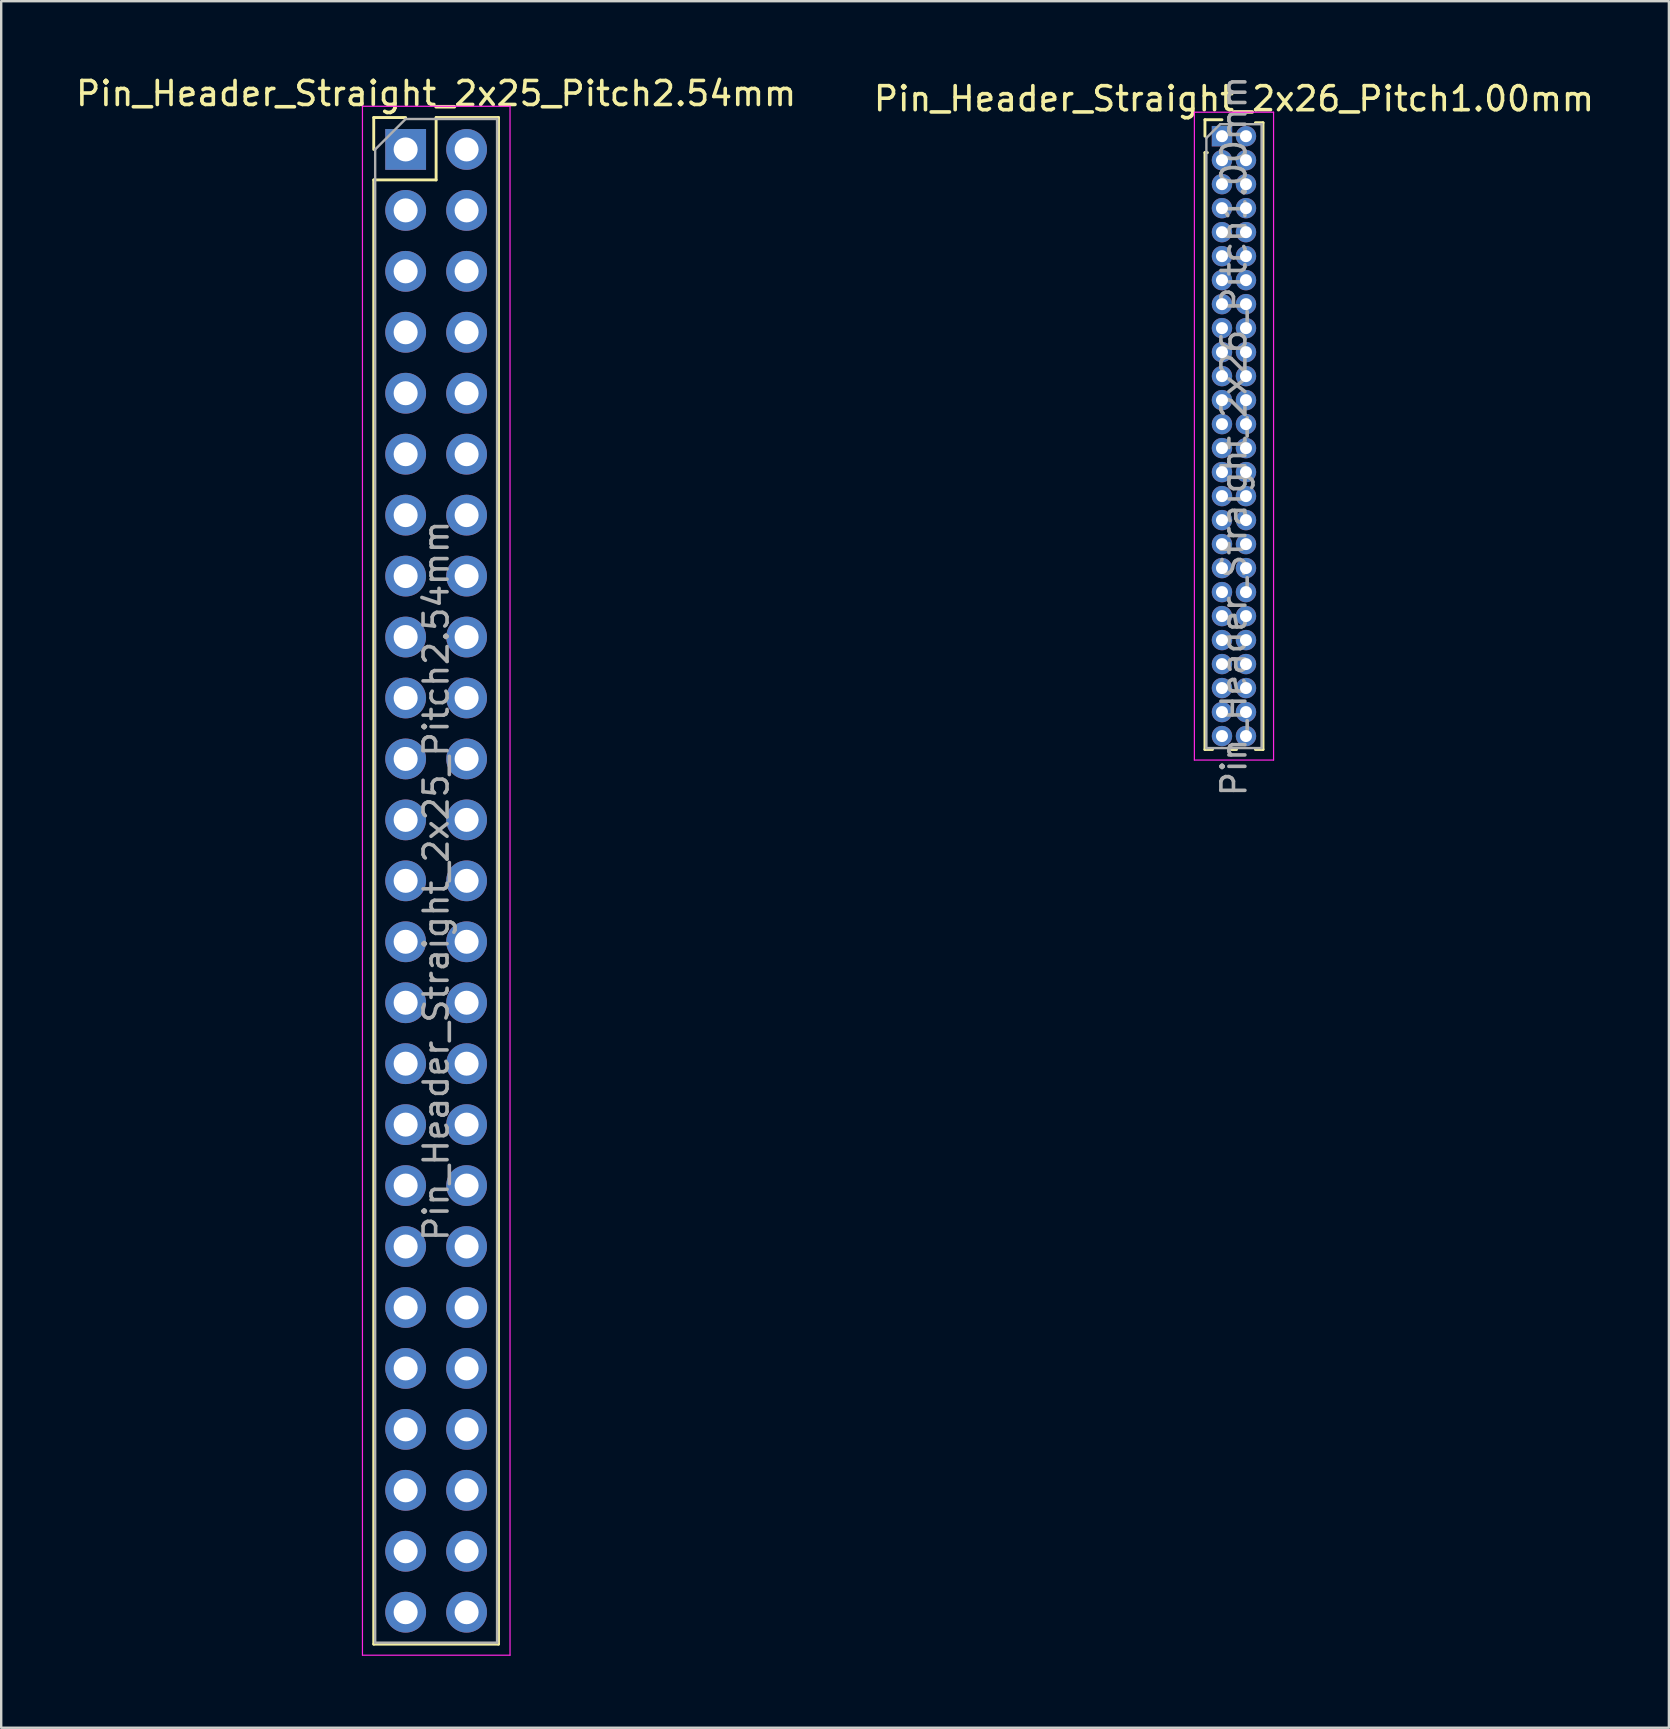
<source format=kicad_pcb>
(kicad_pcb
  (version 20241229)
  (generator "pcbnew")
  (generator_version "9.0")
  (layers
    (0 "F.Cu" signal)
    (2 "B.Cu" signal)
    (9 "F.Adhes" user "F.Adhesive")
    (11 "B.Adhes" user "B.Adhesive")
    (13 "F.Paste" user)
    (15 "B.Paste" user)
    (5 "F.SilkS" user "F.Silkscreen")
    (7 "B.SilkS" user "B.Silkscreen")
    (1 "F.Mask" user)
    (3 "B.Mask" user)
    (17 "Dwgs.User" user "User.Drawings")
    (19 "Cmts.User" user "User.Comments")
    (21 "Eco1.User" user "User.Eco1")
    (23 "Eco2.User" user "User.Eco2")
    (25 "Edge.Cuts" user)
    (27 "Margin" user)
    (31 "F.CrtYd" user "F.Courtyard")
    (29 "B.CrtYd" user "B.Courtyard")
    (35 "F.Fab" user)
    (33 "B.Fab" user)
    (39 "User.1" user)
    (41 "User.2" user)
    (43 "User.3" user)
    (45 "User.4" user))
  (footprint "Pin_Header_Straight_2x26_Pitch1.00mm"
    (layer "F.Cu")
    (at 47.875 2.625)
    (property "Reference" "Pin_Header_Straight_2x26_Pitch1.00mm" (at 0.5 -1.56 0) (layer "F.SilkS") (effects (font (size 1 1) (thickness 0.15))))
    (attr through_hole)
    (fp_line (start -0.71 -0.685) (end 0 -0.685) (stroke (width 0.12) (type solid)) (layer "F.SilkS"))
    (fp_line (start -0.71 0) (end -0.71 -0.685) (stroke (width 0.12) (type solid)) (layer "F.SilkS"))
    (fp_line (start -0.71 0.685) (end -0.71 25.56) (stroke (width 0.12) (type solid)) (layer "F.SilkS"))
    (fp_line (start -0.71 0.685) (end -0.608 0.685) (stroke (width 0.12) (type solid)) (layer "F.SilkS"))
    (fp_line (start -0.71 25.56) (end -0.394 25.56) (stroke (width 0.12) (type solid)) (layer "F.SilkS"))
    (fp_line (start 0.394 25.56) (end 0.606 25.56) (stroke (width 0.12) (type solid)) (layer "F.SilkS"))
    (fp_line (start 1.394 -0.56) (end 1.71 -0.56) (stroke (width 0.12) (type solid)) (layer "F.SilkS"))
    (fp_line (start 1.394 25.56) (end 1.71 25.56) (stroke (width 0.12) (type solid)) (layer "F.SilkS"))
    (fp_line (start 1.71 -0.56) (end 1.71 25.56) (stroke (width 0.12) (type solid)) (layer "F.SilkS"))
    (fp_line (start -1.15 -1) (end -1.15 26) (stroke (width 0.05) (type solid)) (layer "F.CrtYd"))
    (fp_line (start -1.15 26) (end 2.15 26) (stroke (width 0.05) (type solid)) (layer "F.CrtYd"))
    (fp_line (start 2.15 -1) (end -1.15 -1) (stroke (width 0.05) (type solid)) (layer "F.CrtYd"))
    (fp_line (start 2.15 26) (end 2.15 -1) (stroke (width 0.05) (type solid)) (layer "F.CrtYd"))
    (fp_line (start -0.65 0.075) (end -0.075 -0.5) (stroke (width 0.1) (type solid)) (layer "F.Fab"))
    (fp_line (start -0.65 25.5) (end -0.65 0.075) (stroke (width 0.1) (type solid)) (layer "F.Fab"))
    (fp_line (start -0.075 -0.5) (end 1.65 -0.5) (stroke (width 0.1) (type solid)) (layer "F.Fab"))
    (fp_line (start 1.65 -0.5) (end 1.65 25.5) (stroke (width 0.1) (type solid)) (layer "F.Fab"))
    (fp_line (start 1.65 25.5) (end -0.65 25.5) (stroke (width 0.1) (type solid)) (layer "F.Fab"))
    (fp_text user "${REFERENCE}" (at 0.5 12.5 90) (layer "F.Fab") (effects (font (size 1 1) (thickness 0.15))))
    (pad "1" thru_hole rect (at 0 0) (size 0.85 0.85) (drill 0.5) (layers "*.Cu" "*.Mask"))
    (pad "2" thru_hole oval (at 1 0) (size 0.85 0.85) (drill 0.5) (layers "*.Cu" "*.Mask"))
    (pad "3" thru_hole oval (at 0 1) (size 0.85 0.85) (drill 0.5) (layers "*.Cu" "*.Mask"))
    (pad "4" thru_hole oval (at 1 1) (size 0.85 0.85) (drill 0.5) (layers "*.Cu" "*.Mask"))
    (pad "5" thru_hole oval (at 0 2) (size 0.85 0.85) (drill 0.5) (layers "*.Cu" "*.Mask"))
    (pad "6" thru_hole oval (at 1 2) (size 0.85 0.85) (drill 0.5) (layers "*.Cu" "*.Mask"))
    (pad "7" thru_hole oval (at 0 3) (size 0.85 0.85) (drill 0.5) (layers "*.Cu" "*.Mask"))
    (pad "8" thru_hole oval (at 1 3) (size 0.85 0.85) (drill 0.5) (layers "*.Cu" "*.Mask"))
    (pad "9" thru_hole oval (at 0 4) (size 0.85 0.85) (drill 0.5) (layers "*.Cu" "*.Mask"))
    (pad "10" thru_hole oval (at 1 4) (size 0.85 0.85) (drill 0.5) (layers "*.Cu" "*.Mask"))
    (pad "11" thru_hole oval (at 0 5) (size 0.85 0.85) (drill 0.5) (layers "*.Cu" "*.Mask"))
    (pad "12" thru_hole oval (at 1 5) (size 0.85 0.85) (drill 0.5) (layers "*.Cu" "*.Mask"))
    (pad "13" thru_hole oval (at 0 6) (size 0.85 0.85) (drill 0.5) (layers "*.Cu" "*.Mask"))
    (pad "14" thru_hole oval (at 1 6) (size 0.85 0.85) (drill 0.5) (layers "*.Cu" "*.Mask"))
    (pad "15" thru_hole oval (at 0 7) (size 0.85 0.85) (drill 0.5) (layers "*.Cu" "*.Mask"))
    (pad "16" thru_hole oval (at 1 7) (size 0.85 0.85) (drill 0.5) (layers "*.Cu" "*.Mask"))
    (pad "17" thru_hole oval (at 0 8) (size 0.85 0.85) (drill 0.5) (layers "*.Cu" "*.Mask"))
    (pad "18" thru_hole oval (at 1 8) (size 0.85 0.85) (drill 0.5) (layers "*.Cu" "*.Mask"))
    (pad "19" thru_hole oval (at 0 9) (size 0.85 0.85) (drill 0.5) (layers "*.Cu" "*.Mask"))
    (pad "20" thru_hole oval (at 1 9) (size 0.85 0.85) (drill 0.5) (layers "*.Cu" "*.Mask"))
    (pad "21" thru_hole oval (at 0 10) (size 0.85 0.85) (drill 0.5) (layers "*.Cu" "*.Mask"))
    (pad "22" thru_hole oval (at 1 10) (size 0.85 0.85) (drill 0.5) (layers "*.Cu" "*.Mask"))
    (pad "23" thru_hole oval (at 0 11) (size 0.85 0.85) (drill 0.5) (layers "*.Cu" "*.Mask"))
    (pad "24" thru_hole oval (at 1 11) (size 0.85 0.85) (drill 0.5) (layers "*.Cu" "*.Mask"))
    (pad "25" thru_hole oval (at 0 12) (size 0.85 0.85) (drill 0.5) (layers "*.Cu" "*.Mask"))
    (pad "26" thru_hole oval (at 1 12) (size 0.85 0.85) (drill 0.5) (layers "*.Cu" "*.Mask"))
    (pad "27" thru_hole oval (at 0 13) (size 0.85 0.85) (drill 0.5) (layers "*.Cu" "*.Mask"))
    (pad "28" thru_hole oval (at 1 13) (size 0.85 0.85) (drill 0.5) (layers "*.Cu" "*.Mask"))
    (pad "29" thru_hole oval (at 0 14) (size 0.85 0.85) (drill 0.5) (layers "*.Cu" "*.Mask"))
    (pad "30" thru_hole oval (at 1 14) (size 0.85 0.85) (drill 0.5) (layers "*.Cu" "*.Mask"))
    (pad "31" thru_hole oval (at 0 15) (size 0.85 0.85) (drill 0.5) (layers "*.Cu" "*.Mask"))
    (pad "32" thru_hole oval (at 1 15) (size 0.85 0.85) (drill 0.5) (layers "*.Cu" "*.Mask"))
    (pad "33" thru_hole oval (at 0 16) (size 0.85 0.85) (drill 0.5) (layers "*.Cu" "*.Mask"))
    (pad "34" thru_hole oval (at 1 16) (size 0.85 0.85) (drill 0.5) (layers "*.Cu" "*.Mask"))
    (pad "35" thru_hole oval (at 0 17) (size 0.85 0.85) (drill 0.5) (layers "*.Cu" "*.Mask"))
    (pad "36" thru_hole oval (at 1 17) (size 0.85 0.85) (drill 0.5) (layers "*.Cu" "*.Mask"))
    (pad "37" thru_hole oval (at 0 18) (size 0.85 0.85) (drill 0.5) (layers "*.Cu" "*.Mask"))
    (pad "38" thru_hole oval (at 1 18) (size 0.85 0.85) (drill 0.5) (layers "*.Cu" "*.Mask"))
    (pad "39" thru_hole oval (at 0 19) (size 0.85 0.85) (drill 0.5) (layers "*.Cu" "*.Mask"))
    (pad "40" thru_hole oval (at 1 19) (size 0.85 0.85) (drill 0.5) (layers "*.Cu" "*.Mask"))
    (pad "41" thru_hole oval (at 0 20) (size 0.85 0.85) (drill 0.5) (layers "*.Cu" "*.Mask"))
    (pad "42" thru_hole oval (at 1 20) (size 0.85 0.85) (drill 0.5) (layers "*.Cu" "*.Mask"))
    (pad "43" thru_hole oval (at 0 21) (size 0.85 0.85) (drill 0.5) (layers "*.Cu" "*.Mask"))
    (pad "44" thru_hole oval (at 1 21) (size 0.85 0.85) (drill 0.5) (layers "*.Cu" "*.Mask"))
    (pad "45" thru_hole oval (at 0 22) (size 0.85 0.85) (drill 0.5) (layers "*.Cu" "*.Mask"))
    (pad "46" thru_hole oval (at 1 22) (size 0.85 0.85) (drill 0.5) (layers "*.Cu" "*.Mask"))
    (pad "47" thru_hole oval (at 0 23) (size 0.85 0.85) (drill 0.5) (layers "*.Cu" "*.Mask"))
    (pad "48" thru_hole oval (at 1 23) (size 0.85 0.85) (drill 0.5) (layers "*.Cu" "*.Mask"))
    (pad "49" thru_hole oval (at 0 24) (size 0.85 0.85) (drill 0.5) (layers "*.Cu" "*.Mask"))
    (pad "50" thru_hole oval (at 1 24) (size 0.85 0.85) (drill 0.5) (layers "*.Cu" "*.Mask"))
    (pad "51" thru_hole oval (at 0 25) (size 0.85 0.85) (drill 0.5) (layers "*.Cu" "*.Mask"))
    (pad "52" thru_hole oval (at 1 25) (size 0.85 0.85) (drill 0.5) (layers "*.Cu" "*.Mask")))
  (footprint "Pin_Header_Straight_2x25_Pitch2.54mm"
    (layer "F.Cu")
    (at 13.855 3.178)
    (property "Reference" "Pin_Header_Straight_2x25_Pitch2.54mm" (at 1.27 -2.33 0) (layer "F.SilkS") (effects (font (size 1 1) (thickness 0.15))))
    (attr through_hole)
    (fp_line (start -1.33 -1.33) (end 0 -1.33) (stroke (width 0.12) (type solid)) (layer "F.SilkS"))
    (fp_line (start -1.33 0) (end -1.33 -1.33) (stroke (width 0.12) (type solid)) (layer "F.SilkS"))
    (fp_line (start -1.33 1.27) (end -1.33 62.29) (stroke (width 0.12) (type solid)) (layer "F.SilkS"))
    (fp_line (start -1.33 1.27) (end 1.27 1.27) (stroke (width 0.12) (type solid)) (layer "F.SilkS"))
    (fp_line (start -1.33 62.29) (end 3.87 62.29) (stroke (width 0.12) (type solid)) (layer "F.SilkS"))
    (fp_line (start 1.27 -1.33) (end 3.87 -1.33) (stroke (width 0.12) (type solid)) (layer "F.SilkS"))
    (fp_line (start 1.27 1.27) (end 1.27 -1.33) (stroke (width 0.12) (type solid)) (layer "F.SilkS"))
    (fp_line (start 3.87 -1.33) (end 3.87 62.29) (stroke (width 0.12) (type solid)) (layer "F.SilkS"))
    (fp_line (start -1.8 -1.8) (end -1.8 62.75) (stroke (width 0.05) (type solid)) (layer "F.CrtYd"))
    (fp_line (start -1.8 62.75) (end 4.35 62.75) (stroke (width 0.05) (type solid)) (layer "F.CrtYd"))
    (fp_line (start 4.35 -1.8) (end -1.8 -1.8) (stroke (width 0.05) (type solid)) (layer "F.CrtYd"))
    (fp_line (start 4.35 62.75) (end 4.35 -1.8) (stroke (width 0.05) (type solid)) (layer "F.CrtYd"))
    (fp_line (start -1.27 0) (end 0 -1.27) (stroke (width 0.1) (type solid)) (layer "F.Fab"))
    (fp_line (start -1.27 62.23) (end -1.27 0) (stroke (width 0.1) (type solid)) (layer "F.Fab"))
    (fp_line (start 0 -1.27) (end 3.81 -1.27) (stroke (width 0.1) (type solid)) (layer "F.Fab"))
    (fp_line (start 3.81 -1.27) (end 3.81 62.23) (stroke (width 0.1) (type solid)) (layer "F.Fab"))
    (fp_line (start 3.81 62.23) (end -1.27 62.23) (stroke (width 0.1) (type solid)) (layer "F.Fab"))
    (fp_text user "${REFERENCE}" (at 1.27 30.48 90) (layer "F.Fab") (effects (font (size 1 1) (thickness 0.15))))
    (pad "1" thru_hole rect (at 0 0) (size 1.7 1.7) (drill 1) (layers "*.Cu" "*.Mask"))
    (pad "2" thru_hole oval (at 2.54 0) (size 1.7 1.7) (drill 1) (layers "*.Cu" "*.Mask"))
    (pad "3" thru_hole oval (at 0 2.54) (size 1.7 1.7) (drill 1) (layers "*.Cu" "*.Mask"))
    (pad "4" thru_hole oval (at 2.54 2.54) (size 1.7 1.7) (drill 1) (layers "*.Cu" "*.Mask"))
    (pad "5" thru_hole oval (at 0 5.08) (size 1.7 1.7) (drill 1) (layers "*.Cu" "*.Mask"))
    (pad "6" thru_hole oval (at 2.54 5.08) (size 1.7 1.7) (drill 1) (layers "*.Cu" "*.Mask"))
    (pad "7" thru_hole oval (at 0 7.62) (size 1.7 1.7) (drill 1) (layers "*.Cu" "*.Mask"))
    (pad "8" thru_hole oval (at 2.54 7.62) (size 1.7 1.7) (drill 1) (layers "*.Cu" "*.Mask"))
    (pad "9" thru_hole oval (at 0 10.16) (size 1.7 1.7) (drill 1) (layers "*.Cu" "*.Mask"))
    (pad "10" thru_hole oval (at 2.54 10.16) (size 1.7 1.7) (drill 1) (layers "*.Cu" "*.Mask"))
    (pad "11" thru_hole oval (at 0 12.7) (size 1.7 1.7) (drill 1) (layers "*.Cu" "*.Mask"))
    (pad "12" thru_hole oval (at 2.54 12.7) (size 1.7 1.7) (drill 1) (layers "*.Cu" "*.Mask"))
    (pad "13" thru_hole oval (at 0 15.24) (size 1.7 1.7) (drill 1) (layers "*.Cu" "*.Mask"))
    (pad "14" thru_hole oval (at 2.54 15.24) (size 1.7 1.7) (drill 1) (layers "*.Cu" "*.Mask"))
    (pad "15" thru_hole oval (at 0 17.78) (size 1.7 1.7) (drill 1) (layers "*.Cu" "*.Mask"))
    (pad "16" thru_hole oval (at 2.54 17.78) (size 1.7 1.7) (drill 1) (layers "*.Cu" "*.Mask"))
    (pad "17" thru_hole oval (at 0 20.32) (size 1.7 1.7) (drill 1) (layers "*.Cu" "*.Mask"))
    (pad "18" thru_hole oval (at 2.54 20.32) (size 1.7 1.7) (drill 1) (layers "*.Cu" "*.Mask"))
    (pad "19" thru_hole oval (at 0 22.86) (size 1.7 1.7) (drill 1) (layers "*.Cu" "*.Mask"))
    (pad "20" thru_hole oval (at 2.54 22.86) (size 1.7 1.7) (drill 1) (layers "*.Cu" "*.Mask"))
    (pad "21" thru_hole oval (at 0 25.4) (size 1.7 1.7) (drill 1) (layers "*.Cu" "*.Mask"))
    (pad "22" thru_hole oval (at 2.54 25.4) (size 1.7 1.7) (drill 1) (layers "*.Cu" "*.Mask"))
    (pad "23" thru_hole oval (at 0 27.94) (size 1.7 1.7) (drill 1) (layers "*.Cu" "*.Mask"))
    (pad "24" thru_hole oval (at 2.54 27.94) (size 1.7 1.7) (drill 1) (layers "*.Cu" "*.Mask"))
    (pad "25" thru_hole oval (at 0 30.48) (size 1.7 1.7) (drill 1) (layers "*.Cu" "*.Mask"))
    (pad "26" thru_hole oval (at 2.54 30.48) (size 1.7 1.7) (drill 1) (layers "*.Cu" "*.Mask"))
    (pad "27" thru_hole oval (at 0 33.02) (size 1.7 1.7) (drill 1) (layers "*.Cu" "*.Mask"))
    (pad "28" thru_hole oval (at 2.54 33.02) (size 1.7 1.7) (drill 1) (layers "*.Cu" "*.Mask"))
    (pad "29" thru_hole oval (at 0 35.56) (size 1.7 1.7) (drill 1) (layers "*.Cu" "*.Mask"))
    (pad "30" thru_hole oval (at 2.54 35.56) (size 1.7 1.7) (drill 1) (layers "*.Cu" "*.Mask"))
    (pad "31" thru_hole oval (at 0 38.1) (size 1.7 1.7) (drill 1) (layers "*.Cu" "*.Mask"))
    (pad "32" thru_hole oval (at 2.54 38.1) (size 1.7 1.7) (drill 1) (layers "*.Cu" "*.Mask"))
    (pad "33" thru_hole oval (at 0 40.64) (size 1.7 1.7) (drill 1) (layers "*.Cu" "*.Mask"))
    (pad "34" thru_hole oval (at 2.54 40.64) (size 1.7 1.7) (drill 1) (layers "*.Cu" "*.Mask"))
    (pad "35" thru_hole oval (at 0 43.18) (size 1.7 1.7) (drill 1) (layers "*.Cu" "*.Mask"))
    (pad "36" thru_hole oval (at 2.54 43.18) (size 1.7 1.7) (drill 1) (layers "*.Cu" "*.Mask"))
    (pad "37" thru_hole oval (at 0 45.72) (size 1.7 1.7) (drill 1) (layers "*.Cu" "*.Mask"))
    (pad "38" thru_hole oval (at 2.54 45.72) (size 1.7 1.7) (drill 1) (layers "*.Cu" "*.Mask"))
    (pad "39" thru_hole oval (at 0 48.26) (size 1.7 1.7) (drill 1) (layers "*.Cu" "*.Mask"))
    (pad "40" thru_hole oval (at 2.54 48.26) (size 1.7 1.7) (drill 1) (layers "*.Cu" "*.Mask"))
    (pad "41" thru_hole oval (at 0 50.8) (size 1.7 1.7) (drill 1) (layers "*.Cu" "*.Mask"))
    (pad "42" thru_hole oval (at 2.54 50.8) (size 1.7 1.7) (drill 1) (layers "*.Cu" "*.Mask"))
    (pad "43" thru_hole oval (at 0 53.34) (size 1.7 1.7) (drill 1) (layers "*.Cu" "*.Mask"))
    (pad "44" thru_hole oval (at 2.54 53.34) (size 1.7 1.7) (drill 1) (layers "*.Cu" "*.Mask"))
    (pad "45" thru_hole oval (at 0 55.88) (size 1.7 1.7) (drill 1) (layers "*.Cu" "*.Mask"))
    (pad "46" thru_hole oval (at 2.54 55.88) (size 1.7 1.7) (drill 1) (layers "*.Cu" "*.Mask"))
    (pad "47" thru_hole oval (at 0 58.42) (size 1.7 1.7) (drill 1) (layers "*.Cu" "*.Mask"))
    (pad "48" thru_hole oval (at 2.54 58.42) (size 1.7 1.7) (drill 1) (layers "*.Cu" "*.Mask"))
    (pad "49" thru_hole oval (at 0 60.96) (size 1.7 1.7) (drill 1) (layers "*.Cu" "*.Mask"))
    (pad "50" thru_hole oval (at 2.54 60.96) (size 1.7 1.7) (drill 1) (layers "*.Cu" "*.Mask")))
  (gr_rect
    (start -3 -3)
    (end 66.5 68.953)
    (stroke (width 0.1) (type default))
    (fill no)
    (layer "Edge.Cuts")))
</source>
